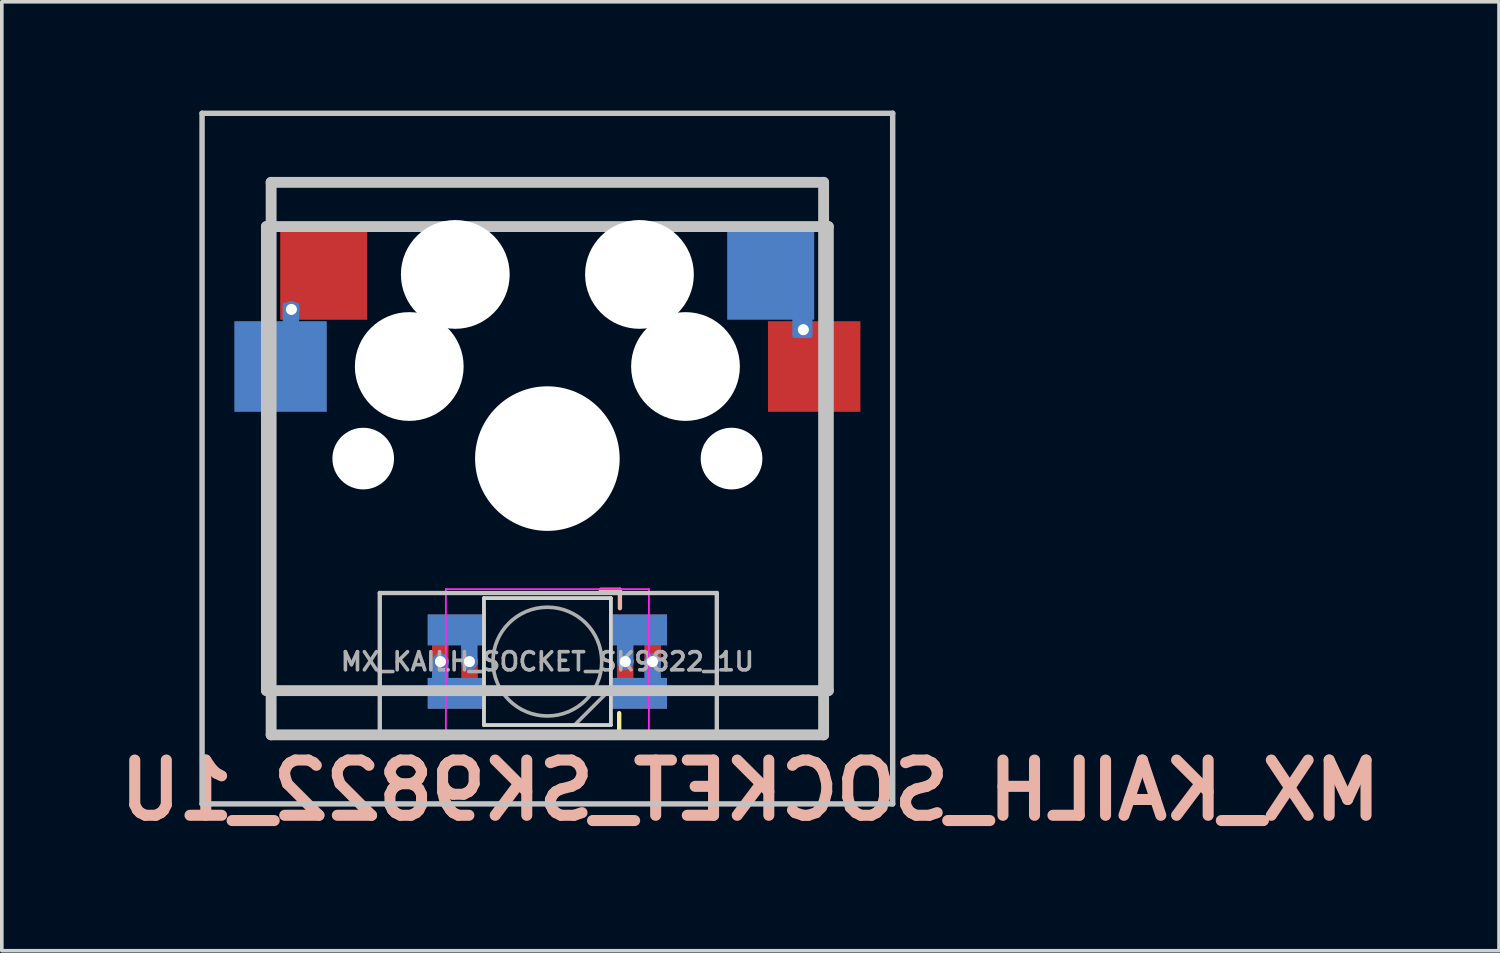
<source format=kicad_pcb>
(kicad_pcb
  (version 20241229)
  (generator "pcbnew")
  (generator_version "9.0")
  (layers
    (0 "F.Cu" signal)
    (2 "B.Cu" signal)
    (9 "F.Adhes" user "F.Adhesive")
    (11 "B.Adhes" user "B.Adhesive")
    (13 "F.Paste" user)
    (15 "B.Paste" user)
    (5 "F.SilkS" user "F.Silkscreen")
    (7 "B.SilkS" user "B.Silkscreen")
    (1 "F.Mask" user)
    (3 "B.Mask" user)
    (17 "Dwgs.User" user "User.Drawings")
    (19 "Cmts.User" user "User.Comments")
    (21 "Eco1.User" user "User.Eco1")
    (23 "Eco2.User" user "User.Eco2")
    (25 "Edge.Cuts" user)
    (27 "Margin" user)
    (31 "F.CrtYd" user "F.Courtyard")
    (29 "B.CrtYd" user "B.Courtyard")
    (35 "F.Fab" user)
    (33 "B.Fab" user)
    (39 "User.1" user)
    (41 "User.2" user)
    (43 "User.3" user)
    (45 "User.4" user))
  (footprint "MX_KAILH_SOCKET_SK9822_1U"
    (layer "F.Cu")
    (at 12.049 9.6)
    (property "Reference" "MX_KAILH_SOCKET_SK9822_1U" (at 5.6 9.15 0) (layer "B.SilkS") (effects (font (size 1.524 1.524) (thickness 0.305)) (justify mirror)))
    (attr through_hole)
    (fp_poly (pts (xy -3.25 4.35) (xy -1.75 4.35) (xy -1.75 5.1) (xy -3.25 5.1)) (stroke (width 0.1) (type solid)) (fill yes) (layer "F.Mask"))
    (fp_poly (pts (xy -3.25 6.1) (xy -1.75 6.1) (xy -1.75 6.85) (xy -3.25 6.85)) (stroke (width 0.1) (type solid)) (fill yes) (layer "F.Mask"))
    (fp_poly (pts (xy 1.75 4.35) (xy 3.25 4.35) (xy 3.25 5.1) (xy 1.75 5.1)) (stroke (width 0.1) (type solid)) (fill yes) (layer "F.Mask"))
    (fp_poly (pts (xy 1.75 6.1) (xy 3.25 6.1) (xy 3.25 6.85) (xy 1.75 6.85)) (stroke (width 0.1) (type solid)) (fill yes) (layer "F.Mask"))
    (fp_poly (pts (xy -6.134 -1.34) (xy -8.585 -1.333) (xy -8.585 -3.734) (xy -6.134 -3.74)) (stroke (width 0.1) (type solid)) (fill yes) (layer "B.Mask"))
    (fp_poly (pts (xy -3.25 4.35) (xy -1.75 4.35) (xy -1.75 5.1) (xy -3.25 5.1)) (stroke (width 0.1) (type solid)) (fill yes) (layer "B.Mask"))
    (fp_poly (pts (xy -3.25 6.1) (xy -1.75 6.1) (xy -1.75 6.85) (xy -3.25 6.85)) (stroke (width 0.1) (type solid)) (fill yes) (layer "B.Mask"))
    (fp_poly (pts (xy 1.75 4.35) (xy 3.25 4.35) (xy 3.25 5.1) (xy 1.75 5.1)) (stroke (width 0.1) (type solid)) (fill yes) (layer "B.Mask"))
    (fp_poly (pts (xy 1.75 6.1) (xy 3.25 6.1) (xy 3.25 6.85) (xy 1.75 6.85)) (stroke (width 0.1) (type solid)) (fill yes) (layer "B.Mask"))
    (fp_poly (pts (xy 7.315 -3.886) (xy 5.01 -3.88) (xy 5.01 -6.28) (xy 7.315 -6.287)) (stroke (width 0.1) (type solid)) (fill yes) (layer "B.Mask"))
    (fp_line (start 1.473 7.55) (end 1.981 7.55) (stroke (width 0.12) (type solid)) (layer "F.SilkS"))
    (fp_line (start 1.981 7.55) (end 1.981 7.022) (stroke (width 0.12) (type solid)) (layer "F.SilkS"))
    (fp_line (start 2.001 3.619) (end 1.473 3.619) (stroke (width 0.12) (type solid)) (layer "B.SilkS"))
    (fp_line (start 2.001 4.127) (end 2.001 3.619) (stroke (width 0.12) (type solid)) (layer "B.SilkS"))
    (fp_poly (pts (xy -3.245 4.347) (xy -1.745 4.347) (xy -1.745 5.097) (xy -3.245 5.097)) (stroke (width 0.1) (type solid)) (fill yes) (layer "F.Paste"))
    (fp_poly (pts (xy -3.245 6.1) (xy -1.745 6.1) (xy -1.745 6.85) (xy -3.245 6.85)) (stroke (width 0.1) (type solid)) (fill yes) (layer "F.Paste"))
    (fp_poly (pts (xy 1.75 4.347) (xy 3.25 4.347) (xy 3.25 5.097) (xy 1.75 5.097)) (stroke (width 0.1) (type solid)) (fill yes) (layer "F.Paste"))
    (fp_poly (pts (xy 1.75 6.1) (xy 3.25 6.1) (xy 3.25 6.85) (xy 1.75 6.85)) (stroke (width 0.1) (type solid)) (fill yes) (layer "F.Paste"))
    (fp_poly (pts (xy -6.134 -1.333) (xy -8.585 -1.327) (xy -8.585 -3.727) (xy -6.134 -3.734)) (stroke (width 0.1) (type solid)) (fill yes) (layer "B.Paste"))
    (fp_poly (pts (xy -3.245 4.347) (xy -1.745 4.347) (xy -1.745 5.097) (xy -3.245 5.097)) (stroke (width 0.1) (type solid)) (fill yes) (layer "B.Paste"))
    (fp_poly (pts (xy -3.245 6.1) (xy -1.745 6.1) (xy -1.745 6.85) (xy -3.245 6.85)) (stroke (width 0.1) (type solid)) (fill yes) (layer "B.Paste"))
    (fp_poly (pts (xy 1.75 4.347) (xy 3.25 4.347) (xy 3.25 5.097) (xy 1.75 5.097)) (stroke (width 0.1) (type solid)) (fill yes) (layer "B.Paste"))
    (fp_poly (pts (xy 1.75 6.1) (xy 3.25 6.1) (xy 3.25 6.85) (xy 1.75 6.85)) (stroke (width 0.1) (type solid)) (fill yes) (layer "B.Paste"))
    (fp_poly (pts (xy 7.315 -3.886) (xy 5.01 -3.88) (xy 5.01 -6.28) (xy 7.315 -6.287)) (stroke (width 0.1) (type solid)) (fill yes) (layer "B.Paste"))
    (fp_line (start -9.525 -9.525) (end 9.525 -9.525) (stroke (width 0.15) (type solid)) (layer "Dwgs.User"))
    (fp_line (start -9.525 9.525) (end -9.525 -9.525) (stroke (width 0.15) (type solid)) (layer "Dwgs.User"))
    (fp_line (start -7.75 6.4) (end -7.75 -6.4) (stroke (width 0.3) (type solid)) (layer "Dwgs.User"))
    (fp_line (start -7.75 6.4) (end 7.75 6.4) (stroke (width 0.3) (type solid)) (layer "Dwgs.User"))
    (fp_line (start -7.62 -7.62) (end 7.62 -7.62) (stroke (width 0.3) (type solid)) (layer "Dwgs.User"))
    (fp_line (start -7.62 7.62) (end -7.62 -7.62) (stroke (width 0.3) (type solid)) (layer "Dwgs.User"))
    (fp_line (start -4.623 3.708) (end -4.623 7.671) (stroke (width 0.12) (type solid)) (layer "Dwgs.User"))
    (fp_line (start 4.674 3.708) (end -4.623 3.708) (stroke (width 0.12) (type solid)) (layer "Dwgs.User"))
    (fp_line (start 4.674 3.708) (end 4.674 7.671) (stroke (width 0.12) (type solid)) (layer "Dwgs.User"))
    (fp_line (start 7.62 -7.62) (end 7.62 7.62) (stroke (width 0.3) (type solid)) (layer "Dwgs.User"))
    (fp_line (start 7.62 7.62) (end -7.62 7.62) (stroke (width 0.3) (type solid)) (layer "Dwgs.User"))
    (fp_line (start 7.75 -6.4) (end -7.75 -6.4) (stroke (width 0.3) (type solid)) (layer "Dwgs.User"))
    (fp_line (start 7.75 6.4) (end 7.75 -6.4) (stroke (width 0.3) (type solid)) (layer "Dwgs.User"))
    (fp_line (start 9.525 -9.525) (end 9.525 9.525) (stroke (width 0.15) (type solid)) (layer "Dwgs.User"))
    (fp_line (start 9.525 9.525) (end -9.525 9.525) (stroke (width 0.15) (type solid)) (layer "Dwgs.User"))
    (fp_line (start -1.75 3.85) (end -1.75 7.35) (stroke (width 0.1) (type solid)) (layer "Edge.Cuts"))
    (fp_line (start -1.75 7.35) (end 1.75 7.35) (stroke (width 0.1) (type solid)) (layer "Edge.Cuts"))
    (fp_line (start 1.75 3.85) (end -1.75 3.85) (stroke (width 0.1) (type solid)) (layer "Edge.Cuts"))
    (fp_line (start 1.75 7.35) (end 1.75 3.85) (stroke (width 0.1) (type solid)) (layer "Edge.Cuts"))
    (fp_line (start -2.8 3.6) (end -2.8 7.6) (stroke (width 0.05) (type solid)) (layer "F.CrtYd"))
    (fp_line (start -2.8 7.6) (end 2.8 7.6) (stroke (width 0.05) (type solid)) (layer "F.CrtYd"))
    (fp_line (start 2.8 3.6) (end -2.8 3.6) (stroke (width 0.05) (type solid)) (layer "F.CrtYd"))
    (fp_line (start 2.8 7.6) (end 2.8 3.6) (stroke (width 0.05) (type solid)) (layer "F.CrtYd"))
    (fp_line (start -1.75 3.85) (end -1.75 7.35) (stroke (width 0.1) (type solid)) (layer "F.Fab"))
    (fp_line (start -1.75 7.35) (end 1.75 7.35) (stroke (width 0.1) (type solid)) (layer "F.Fab"))
    (fp_line (start 1.75 3.85) (end -1.75 3.85) (stroke (width 0.1) (type solid)) (layer "F.Fab"))
    (fp_line (start 1.75 6.35) (end 0.75 7.35) (stroke (width 0.1) (type solid)) (layer "F.Fab"))
    (fp_line (start 1.75 7.35) (end 1.75 3.85) (stroke (width 0.1) (type solid)) (layer "F.Fab"))
    (fp_circle (center 0 5.6) (end 0 4.1) (stroke (width 0.1) (type solid)) (fill no) (layer "F.Fab"))
    (fp_text user "${REFERENCE}" (at 0 5.6 0) (layer "F.Fab") (effects (font (size 0.5 0.5) (thickness 0.1))))
    (pad "" np_thru_hole circle (at -5.08 0) (size 1.7 1.7) (drill 1.7) (layers "*.Cu" "*.Mask"))
    (pad "" np_thru_hole circle (at -3.81 -2.54) (size 3 3) (drill 3) (layers "*.Cu" "*.Mask"))
    (pad "" np_thru_hole circle (at -2.54 -5.08) (size 3 3) (drill 3) (layers "*.Cu" "*.Mask"))
    (pad "" np_thru_hole circle (at 0 0) (size 3.988 3.988) (drill 3.988) (layers "*.Cu" "*.Mask"))
    (pad "" np_thru_hole circle (at 2.54 -5.08) (size 3 3) (drill 3) (layers "*.Cu" "*.Mask"))
    (pad "" np_thru_hole circle (at 3.81 -2.54) (size 3 3) (drill 3) (layers "*.Cu" "*.Mask"))
    (pad "" np_thru_hole circle (at 5.08 0) (size 1.702 1.702) (drill 1.702) (layers "*.Cu" "*.Mask"))
    (pad "1" smd custom (at -2.5 4.725) (size 1.6 0.85) (layers "B.Cu") (options (anchor rect)) (primitives (gr_poly (pts (xy 0.525 0.896) (xy 0.169 0.896) (xy 0.169 0.325) (xy 0.525 0.325)) (width 0.1) (fill yes))))
    (pad "1" smd custom (at -2.5 6.475) (size 1.6 0.85) (layers "F.Cu") (options (anchor rect)) (primitives (gr_poly (pts (xy 0.531 -0.898) (xy 0.531 -0.275) (xy 0.175 -0.275) (xy 0.175 -0.898)) (width 0.1) (fill yes))))
    (pad "1" thru_hole circle (at -2.15 5.6 180) (size 0.457 0.457) (drill 0.305) (layers "*.Cu"))
    (pad "2" thru_hole circle (at -2.95 5.6 180) (size 0.457 0.457) (drill 0.305) (layers "*.Cu"))
    (pad "2" smd custom (at -2.5 4.725 180) (size 1.6 0.85) (layers "F.Cu") (options (anchor rect)) (primitives (gr_poly (pts (xy 0.632 -0.869) (xy 0.632 -0.296) (xy 0.277 -0.296) (xy 0.277 -0.869)) (width 0.1) (fill yes))))
    (pad "2" smd custom (at -2.5 6.475 180) (size 1.6 0.85) (layers "B.Cu") (options (anchor rect)) (primitives (gr_poly (pts (xy 0.632 0.888) (xy 0.277 0.888) (xy 0.277 0.325) (xy 0.632 0.325)) (width 0.1) (fill yes))))
    (pad "3" smd custom (at 2.5 4.725 180) (size 1.6 0.85) (layers "F.Cu") (options (anchor rect)) (primitives (gr_poly (pts (xy -0.226 -0.887) (xy -0.226 -0.354) (xy -0.582 -0.354) (xy -0.582 -0.887)) (width 0.1) (fill yes))))
    (pad "3" smd custom (at 2.5 6.475 180) (size 1.6 0.85) (layers "B.Cu") (options (anchor rect)) (primitives (gr_poly (pts (xy -0.222 0.888) (xy -0.578 0.888) (xy -0.582 0.325) (xy -0.226 0.325)) (width 0.1) (fill yes))))
    (pad "3" thru_hole circle (at 2.9 5.6 180) (size 0.457 0.457) (drill 0.305) (layers "*.Cu"))
    (pad "4" thru_hole circle (at 2.15 5.6 180) (size 0.457 0.457) (drill 0.305) (layers "*.Cu"))
    (pad "4" smd custom (at 2.5 4.725) (size 1.6 0.85) (layers "B.Cu") (options (anchor rect)) (primitives (gr_poly (pts (xy -0.175 0.886) (xy -0.531 0.886) (xy -0.531 0.175) (xy -0.175 0.175)) (width 0.1) (fill yes))))
    (pad "4" smd custom (at 2.5 6.475) (size 1.6 0.85) (layers "F.Cu") (options (anchor rect)) (primitives (gr_poly (pts (xy -0.175 -0.906) (xy -0.175 -0.175) (xy -0.531 -0.178) (xy -0.531 -0.903)) (width 0.1) (fill yes))))
    (pad "A" smd custom (at -7.36 -2.54) (size 2.55 2.5) (layers "B.Cu") (options (anchor rect)) (primitives (gr_poly (pts (xy 0.46 -1.06) (xy 0.11 -1.06) (xy 0.11 -1.71) (xy 0.46 -1.71)) (width 0.1) (fill yes))))
    (pad "A" thru_hole circle (at -7.061 -4.115) (size 0.457 0.457) (drill 0.305) (layers "*.Cu"))
    (pad "A" smd rect (at -6.17 -5.08) (size 2.4 2.5) (layers "F.Cu" "F.Mask" "F.Paste"))
    (pad "B" smd custom (at 6.16 -5.08) (size 2.4 2.5) (layers "B.Cu") (options (anchor rect)) (primitives (gr_poly (pts (xy 1.104 1.702) (xy 0.647 1.702) (xy 0.647 1.118) (xy 1.104 1.118)) (width 0.1) (fill yes))))
    (pad "B" thru_hole circle (at 7.061 -3.556 180) (size 0.457 0.457) (drill 0.305) (layers "*.Cu"))
    (pad "B" smd rect (at 7.36 -2.54) (size 2.55 2.5) (layers "F.Cu" "F.Mask" "F.Paste")))
  (gr_rect
    (start -3 -3)
    (end 38.299 23.176)
    (stroke (width 0.1) (type default))
    (fill no)
    (layer "Edge.Cuts")))
</source>
